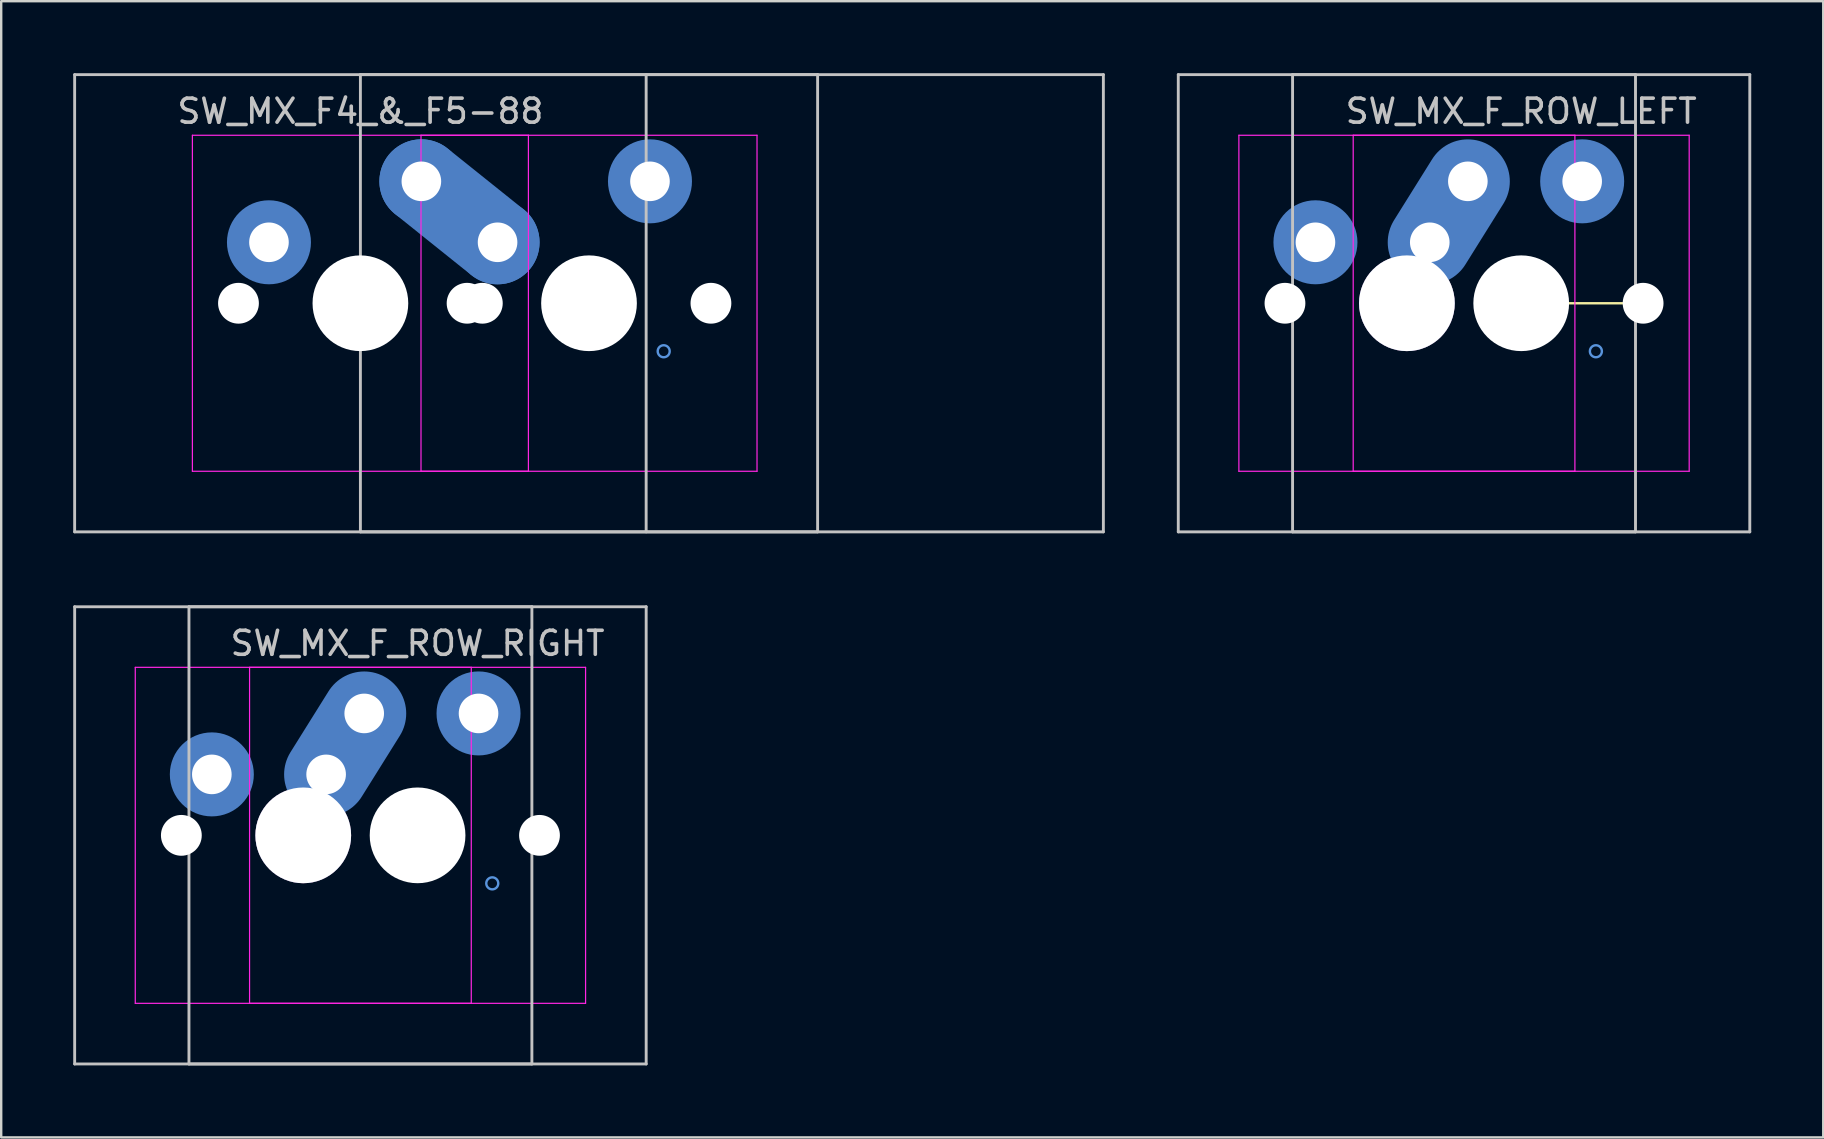
<source format=kicad_pcb>
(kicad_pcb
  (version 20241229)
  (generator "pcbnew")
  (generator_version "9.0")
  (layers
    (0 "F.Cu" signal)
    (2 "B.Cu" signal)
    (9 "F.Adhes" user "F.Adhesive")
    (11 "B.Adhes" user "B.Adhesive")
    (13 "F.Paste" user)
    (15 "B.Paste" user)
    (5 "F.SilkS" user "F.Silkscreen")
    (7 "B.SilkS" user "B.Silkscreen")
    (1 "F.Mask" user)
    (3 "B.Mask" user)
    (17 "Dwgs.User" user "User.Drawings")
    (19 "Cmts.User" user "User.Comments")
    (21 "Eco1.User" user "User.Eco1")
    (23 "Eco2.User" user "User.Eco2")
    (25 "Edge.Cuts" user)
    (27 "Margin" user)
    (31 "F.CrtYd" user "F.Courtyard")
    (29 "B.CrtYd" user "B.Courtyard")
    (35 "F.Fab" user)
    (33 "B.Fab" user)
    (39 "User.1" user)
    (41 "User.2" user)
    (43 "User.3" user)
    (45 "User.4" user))
  (footprint "SW_MX_F4_&_F5-88"
    (layer "F.Cu")
    (at 21.491 9.585)
    (property "Reference" "SW_MX_F4_&_F5-88" (at -9.525 -8 0) (layer "Dwgs.User") (effects (font (size 1 1) (thickness 0.15))))
    (attr through_hole exclude_from_pos_files exclude_from_bom)
    (fp_line (start -21.431 -9.525) (end -21.431 9.525) (stroke (width 0.12) (type solid)) (layer "Dwgs.User"))
    (fp_line (start -21.431 -9.525) (end 21.431 -9.525) (stroke (width 0.12) (type solid)) (layer "Dwgs.User"))
    (fp_line (start -21.431 9.525) (end 21.431 9.525) (stroke (width 0.12) (type solid)) (layer "Dwgs.User"))
    (fp_line (start -9.525 9.525) (end -9.525 -9.525) (stroke (width 0.12) (type solid)) (layer "Dwgs.User"))
    (fp_line (start -9.525 9.525) (end 9.525 9.525) (stroke (width 0.12) (type solid)) (layer "Dwgs.User"))
    (fp_line (start 2.381 -9.525) (end 2.381 9.525) (stroke (width 0.12) (type solid)) (layer "Dwgs.User"))
    (fp_line (start 9.525 -9.525) (end -9.525 -9.525) (stroke (width 0.12) (type solid)) (layer "Dwgs.User"))
    (fp_line (start 9.525 9.525) (end 9.525 -9.525) (stroke (width 0.12) (type solid)) (layer "Dwgs.User"))
    (fp_line (start 21.431 -9.525) (end 21.431 9.525) (stroke (width 0.12) (type solid)) (layer "Dwgs.User"))
    (fp_circle (center 3.112 2) (end 3.112 1.75) (stroke (width 0.1) (type default)) (fill no) (layer "Cmts.User"))
    (fp_line (start -16.525 6.5) (end -16.525 -6.5) (stroke (width 0.05) (type solid)) (layer "Eco2.User"))
    (fp_line (start -16.025 -7) (end -3.025 -7) (stroke (width 0.05) (type solid)) (layer "Eco2.User"))
    (fp_line (start -7 6.5) (end -7 -6.5) (stroke (width 0.05) (type solid)) (layer "Eco2.User"))
    (fp_line (start -6.5 -7) (end 6.5 -7) (stroke (width 0.05) (type solid)) (layer "Eco2.User"))
    (fp_line (start -3.025 7) (end -16.025 7) (stroke (width 0.05) (type solid)) (layer "Eco2.User"))
    (fp_line (start -2.525 -6.5) (end -2.525 6.5) (stroke (width 0.05) (type solid)) (layer "Eco2.User"))
    (fp_line (start 6.5 7) (end -6.5 7) (stroke (width 0.05) (type solid)) (layer "Eco2.User"))
    (fp_line (start 7 -6.5) (end 7 6.5) (stroke (width 0.05) (type solid)) (layer "Eco2.User"))
    (fp_arc (start -16.525 -6.5) (mid -16.378553 -6.853553) (end -16.025 -7) (stroke (width 0.05) (type solid)) (layer "Eco2.User"))
    (fp_arc (start -16.025 7) (mid -16.378553 6.853553) (end -16.525 6.5) (stroke (width 0.05) (type solid)) (layer "Eco2.User"))
    (fp_arc (start -7 -6.5) (mid -6.853562 -6.853562) (end -6.5 -7) (stroke (width 0.05) (type solid)) (layer "Eco2.User"))
    (fp_arc (start -6.5 7) (mid -6.853524 6.853524) (end -7 6.5) (stroke (width 0.05) (type solid)) (layer "Eco2.User"))
    (fp_arc (start -3.025 -7) (mid -2.671447 -6.853553) (end -2.525 -6.5) (stroke (width 0.05) (type solid)) (layer "Eco2.User"))
    (fp_arc (start -2.527764 6.498884) (mid -2.674203 6.85246) (end -3.027764 6.998884) (stroke (width 0.05) (type solid)) (layer "Eco2.User"))
    (fp_arc (start 6.5 -7) (mid 6.853524 -6.853524) (end 7 -6.5) (stroke (width 0.05) (type solid)) (layer "Eco2.User"))
    (fp_arc (start 6.997236 6.498884) (mid 6.850791 6.852425) (end 6.497236 6.998884) (stroke (width 0.05) (type solid)) (layer "Eco2.User"))
    (fp_line (start -16.525 -7) (end -16.525 7) (stroke (width 0.05) (type solid)) (layer "F.CrtYd"))
    (fp_line (start -16.525 7) (end -2.525 7) (stroke (width 0.05) (type solid)) (layer "F.CrtYd"))
    (fp_line (start -7 -7) (end -7 7) (stroke (width 0.05) (type solid)) (layer "F.CrtYd"))
    (fp_line (start -7 7) (end 7 7) (stroke (width 0.05) (type solid)) (layer "F.CrtYd"))
    (fp_line (start -2.525 -7) (end -16.525 -7) (stroke (width 0.05) (type solid)) (layer "F.CrtYd"))
    (fp_line (start -2.525 7) (end -2.525 -7) (stroke (width 0.05) (type solid)) (layer "F.CrtYd"))
    (fp_line (start 7 -7) (end -7 -7) (stroke (width 0.05) (type solid)) (layer "F.CrtYd"))
    (fp_line (start 7 7) (end 7 -7) (stroke (width 0.05) (type solid)) (layer "F.CrtYd"))
    (pad "" np_thru_hole circle (at -14.605 0) (size 1.7 1.7) (drill 1.7) (layers "*.Cu" "*.Mask"))
    (pad "" np_thru_hole circle (at -9.525 0) (size 3.988 3.988) (drill 3.988) (layers "*.Cu" "*.Mask"))
    (pad "" np_thru_hole circle (at -5.08 0) (size 1.7 1.7) (drill 1.7) (layers "*.Cu" "*.Mask"))
    (pad "" np_thru_hole circle (at -4.445 0) (size 1.7 1.7) (drill 1.7) (layers "*.Cu" "*.Mask"))
    (pad "" np_thru_hole circle (at 0 0) (size 3.988 3.988) (drill 3.988) (layers "*.Cu" "*.Mask"))
    (pad "" np_thru_hole circle (at 5.08 0) (size 1.7 1.7) (drill 1.7) (layers "*.Cu" "*.Mask"))
    (pad "1" thru_hole circle (at -13.335 -2.54) (size 2 2) (drill 1.65) (layers "*.Cu") (remove_unused_layers yes) (keep_end_layers yes) (zone_layer_connections))
    (pad "1" smd circle (at -13.335 -2.54) (size 2.5 2.5) (layers "B.Cu" "B.Mask"))
    (pad "1" smd circle (at -13.335 -2.54) (size 3.5 3.5) (layers "B.Cu"))
    (pad "1" thru_hole circle (at 2.54 -5.08) (size 2 2) (drill 1.65) (layers "*.Cu") (remove_unused_layers yes) (keep_end_layers yes) (zone_layer_connections))
    (pad "1" smd circle (at 2.54 -5.08) (size 2.5 2.5) (layers "B.Cu" "B.Mask"))
    (pad "1" smd circle (at 2.54 -5.08) (size 3.5 3.5) (layers "B.Cu"))
    (pad "2" thru_hole circle (at -6.985 -5.08) (size 2 2) (drill 1.65) (layers "*.Cu") (remove_unused_layers yes) (keep_end_layers yes) (zone_layer_connections))
    (pad "2" smd circle (at -6.985 -5.08) (size 2.5 2.5) (layers "B.Cu" "B.Mask"))
    (pad "2" smd circle (at -6.985 -5.08) (size 3.5 3.5) (layers "B.Cu"))
    (pad "2" smd oval (at -5.397 -3.81 321.3) (size 6.033 2) (layers "F.Cu"))
    (pad "2" smd oval (at -5.397 -3.81 321.3) (size 7.566 3.5) (layers "B.Cu"))
    (pad "2" thru_hole circle (at -3.81 -2.54) (size 2 2) (drill 1.65) (layers "*.Cu") (remove_unused_layers yes) (keep_end_layers yes) (zone_layer_connections))
    (pad "2" smd circle (at -3.81 -2.54) (size 2.5 2.5) (layers "B.Cu" "B.Mask"))
    (pad "2" smd circle (at -3.81 -2.54) (size 3.5 3.5) (layers "B.Cu")))
  (footprint "SW_MX_F_ROW_LEFT"
    (layer "F.Cu")
    (at 55.568 9.585)
    (property "Reference" "SW_MX_F_ROW_LEFT" (at 4.763 -8 0) (layer "Dwgs.User") (effects (font (size 1 1) (thickness 0.15))))
    (attr through_hole exclude_from_pos_files exclude_from_bom)
    (fp_line (start 6.756 0) (end 8.992 0) (stroke (width 0.1) (type default)) (layer "F.SilkS"))
    (fp_line (start -9.525 -9.525) (end -9.525 9.525) (stroke (width 0.12) (type solid)) (layer "Dwgs.User"))
    (fp_line (start -9.525 9.525) (end 9.525 9.525) (stroke (width 0.12) (type solid)) (layer "Dwgs.User"))
    (fp_line (start -4.763 -9.525) (end -4.763 9.525) (stroke (width 0.12) (type solid)) (layer "Dwgs.User"))
    (fp_line (start -4.763 9.525) (end 14.287 9.525) (stroke (width 0.12) (type solid)) (layer "Dwgs.User"))
    (fp_line (start 9.525 -9.525) (end -9.525 -9.525) (stroke (width 0.12) (type solid)) (layer "Dwgs.User"))
    (fp_line (start 9.525 9.525) (end 9.525 -9.525) (stroke (width 0.12) (type solid)) (layer "Dwgs.User"))
    (fp_line (start 14.287 -9.525) (end -4.763 -9.525) (stroke (width 0.12) (type solid)) (layer "Dwgs.User"))
    (fp_line (start 14.287 9.525) (end 14.287 -9.525) (stroke (width 0.12) (type solid)) (layer "Dwgs.User"))
    (fp_circle (center 7.874 2) (end 7.874 1.75) (stroke (width 0.1) (type default)) (fill no) (layer "Cmts.User"))
    (fp_line (start -7 6.5) (end -7 -6.5) (stroke (width 0.05) (type solid)) (layer "Eco2.User"))
    (fp_line (start -6.5 -7) (end 6.5 -7) (stroke (width 0.05) (type solid)) (layer "Eco2.User"))
    (fp_line (start -2.237 6.5) (end -2.237 -6.5) (stroke (width 0.05) (type solid)) (layer "Eco2.User"))
    (fp_line (start -1.738 -7) (end 11.262 -7) (stroke (width 0.05) (type solid)) (layer "Eco2.User"))
    (fp_line (start 6.5 7) (end -6.5 7) (stroke (width 0.05) (type solid)) (layer "Eco2.User"))
    (fp_line (start 7 -6.5) (end 7 6.5) (stroke (width 0.05) (type solid)) (layer "Eco2.User"))
    (fp_line (start 11.262 7) (end -1.738 7) (stroke (width 0.05) (type solid)) (layer "Eco2.User"))
    (fp_line (start 11.762 -6.5) (end 11.762 6.5) (stroke (width 0.05) (type solid)) (layer "Eco2.User"))
    (fp_arc (start -7 -6.5) (mid -6.853553 -6.853553) (end -6.5 -7) (stroke (width 0.05) (type solid)) (layer "Eco2.User"))
    (fp_arc (start -6.5 7) (mid -6.853553 6.853553) (end -7 6.5) (stroke (width 0.05) (type solid)) (layer "Eco2.User"))
    (fp_arc (start -2.2375 -6.5) (mid -2.091053 -6.853553) (end -1.7375 -7) (stroke (width 0.05) (type solid)) (layer "Eco2.User"))
    (fp_arc (start -1.7375 7) (mid -2.091053 6.853553) (end -2.2375 6.5) (stroke (width 0.05) (type solid)) (layer "Eco2.User"))
    (fp_arc (start 6.5 -7) (mid 6.853553 -6.853553) (end 7 -6.5) (stroke (width 0.05) (type solid)) (layer "Eco2.User"))
    (fp_arc (start 11.2625 -7) (mid 11.616053 -6.853553) (end 11.7625 -6.5) (stroke (width 0.05) (type solid)) (layer "Eco2.User"))
    (fp_arc (start 11.759736 6.498884) (mid 11.613297 6.85246) (end 11.259736 6.998884) (stroke (width 0.05) (type solid)) (layer "Eco2.User"))
    (fp_line (start -7 -7) (end -7 7) (stroke (width 0.05) (type solid)) (layer "F.CrtYd"))
    (fp_line (start -7 7) (end 7 7) (stroke (width 0.05) (type solid)) (layer "F.CrtYd"))
    (fp_line (start -2.237 -7) (end -2.237 7) (stroke (width 0.05) (type solid)) (layer "F.CrtYd"))
    (fp_line (start -2.237 7) (end 11.762 7) (stroke (width 0.05) (type solid)) (layer "F.CrtYd"))
    (fp_line (start 7 -7) (end -7 -7) (stroke (width 0.05) (type solid)) (layer "F.CrtYd"))
    (fp_line (start 7 7) (end 7 -7) (stroke (width 0.05) (type solid)) (layer "F.CrtYd"))
    (fp_line (start 11.762 -7) (end -2.237 -7) (stroke (width 0.05) (type solid)) (layer "F.CrtYd"))
    (fp_line (start 11.762 7) (end 11.762 -7) (stroke (width 0.05) (type solid)) (layer "F.CrtYd"))
    (pad "" np_thru_hole circle (at -5.08 0) (size 1.7 1.7) (drill 1.7) (layers "*.Cu" "*.Mask"))
    (pad "" np_thru_hole circle (at -0.318 0) (size 1.75 1.75) (drill 1.75) (layers "*.Cu" "*.Mask"))
    (pad "" thru_hole circle (at 0 0) (size 3.988 3.988) (drill 3.988) (layers "*.Mask"))
    (pad "" np_thru_hole circle (at 4.763 0) (size 3.988 3.988) (drill 3.988) (layers "*.Cu" "*.Mask"))
    (pad "" np_thru_hole circle (at 5.08 0) (size 1.75 1.75) (drill 1.75) (layers "*.Cu" "*.Mask"))
    (pad "" np_thru_hole circle (at 9.842 0) (size 1.7 1.7) (drill 1.7) (layers "*.Cu" "*.Mask"))
    (pad "1" thru_hole circle (at -3.81 -2.54) (size 2 2) (drill 1.65) (layers "*.Cu") (remove_unused_layers yes) (keep_end_layers yes) (zone_layer_connections))
    (pad "1" smd circle (at -3.81 -2.54) (size 2.5 2.5) (layers "B.Cu" "B.Mask"))
    (pad "1" smd circle (at -3.81 -2.54) (size 3.5 3.5) (layers "B.Cu"))
    (pad "1" thru_hole circle (at 7.303 -5.08) (size 2 2) (drill 1.65) (layers "*.Cu") (remove_unused_layers yes) (keep_end_layers yes) (zone_layer_connections))
    (pad "1" smd circle (at 7.303 -5.08 180) (size 2.5 2.5) (layers "B.Cu" "B.Mask"))
    (pad "1" smd circle (at 7.303 -5.08) (size 3.5 3.5) (layers "B.Cu"))
    (pad "2" thru_hole circle (at 0.953 -2.54) (size 2 2) (drill 1.65) (layers "*.Cu") (remove_unused_layers yes) (keep_end_layers yes) (zone_layer_connections))
    (pad "2" smd circle (at 0.953 -2.54 180) (size 2.5 2.5) (layers "B.Cu" "B.Mask"))
    (pad "2" smd oval (at 1.745 -3.808 328) (size 2 4.995) (layers "F.Cu"))
    (pad "2" smd oval (at 1.745 -3.808 328) (size 3.5 6.495) (layers "B.Cu"))
    (pad "2" thru_hole circle (at 2.54 -5.08) (size 2 2) (drill 1.65) (layers "*.Cu") (remove_unused_layers yes) (keep_end_layers yes) (zone_layer_connections))
    (pad "2" smd circle (at 2.54 -5.08) (size 2.5 2.5) (layers "B.Cu" "B.Mask")))
  (footprint "SW_MX_F_ROW_RIGHT"
    (layer "F.Cu")
    (at 14.348 31.755)
    (property "Reference" "SW_MX_F_ROW_RIGHT" (at 0 -8 0) (layer "Dwgs.User") (effects (font (size 1 1) (thickness 0.15))))
    (attr through_hole exclude_from_pos_files exclude_from_bom)
    (fp_line (start -14.287 -9.525) (end -14.287 9.525) (stroke (width 0.12) (type solid)) (layer "Dwgs.User"))
    (fp_line (start -14.287 9.525) (end 4.763 9.525) (stroke (width 0.12) (type solid)) (layer "Dwgs.User"))
    (fp_line (start -9.525 -9.525) (end -9.525 9.525) (stroke (width 0.12) (type solid)) (layer "Dwgs.User"))
    (fp_line (start -9.525 9.525) (end 9.525 9.525) (stroke (width 0.12) (type solid)) (layer "Dwgs.User"))
    (fp_line (start 4.763 -9.525) (end -14.287 -9.525) (stroke (width 0.12) (type solid)) (layer "Dwgs.User"))
    (fp_line (start 4.763 9.525) (end 4.763 -9.525) (stroke (width 0.12) (type solid)) (layer "Dwgs.User"))
    (fp_line (start 9.525 -9.525) (end -9.525 -9.525) (stroke (width 0.12) (type solid)) (layer "Dwgs.User"))
    (fp_line (start 9.525 9.525) (end 9.525 -9.525) (stroke (width 0.12) (type solid)) (layer "Dwgs.User"))
    (fp_circle (center 3.112 2) (end 3.112 1.75) (stroke (width 0.1) (type default)) (fill no) (layer "Cmts.User"))
    (fp_line (start -11.762 6.5) (end -11.762 -6.5) (stroke (width 0.05) (type solid)) (layer "Eco2.User"))
    (fp_line (start -11.262 -7) (end 1.738 -7) (stroke (width 0.05) (type solid)) (layer "Eco2.User"))
    (fp_line (start -7 6.5) (end -7 -6.5) (stroke (width 0.05) (type solid)) (layer "Eco2.User"))
    (fp_line (start -6.5 -7) (end 6.5 -7) (stroke (width 0.05) (type solid)) (layer "Eco2.User"))
    (fp_line (start 1.738 7) (end -11.262 7) (stroke (width 0.05) (type solid)) (layer "Eco2.User"))
    (fp_line (start 2.237 -6.5) (end 2.237 6.5) (stroke (width 0.05) (type solid)) (layer "Eco2.User"))
    (fp_line (start 6.5 7) (end -6.5 7) (stroke (width 0.05) (type solid)) (layer "Eco2.User"))
    (fp_line (start 7 -6.5) (end 7 6.5) (stroke (width 0.05) (type solid)) (layer "Eco2.User"))
    (fp_arc (start -11.7625 -6.5) (mid -11.616053 -6.853553) (end -11.2625 -7) (stroke (width 0.05) (type solid)) (layer "Eco2.User"))
    (fp_arc (start -11.2625 7) (mid -11.616053 6.853553) (end -11.7625 6.5) (stroke (width 0.05) (type solid)) (layer "Eco2.User"))
    (fp_arc (start -7 -6.5) (mid -6.853553 -6.853553) (end -6.5 -7) (stroke (width 0.05) (type solid)) (layer "Eco2.User"))
    (fp_arc (start -6.5 7) (mid -6.853553 6.853553) (end -7 6.5) (stroke (width 0.05) (type solid)) (layer "Eco2.User"))
    (fp_arc (start 1.7375 -7) (mid 2.091053 -6.853553) (end 2.2375 -6.5) (stroke (width 0.05) (type solid)) (layer "Eco2.User"))
    (fp_arc (start 6.5 -7) (mid 6.853553 -6.853553) (end 7 -6.5) (stroke (width 0.05) (type solid)) (layer "Eco2.User"))
    (fp_arc (start 6.997236 6.498884) (mid 6.850789 6.852437) (end 6.497236 6.998884) (stroke (width 0.05) (type solid)) (layer "Eco2.User"))
    (fp_line (start -11.762 -7) (end -11.762 7) (stroke (width 0.05) (type solid)) (layer "F.CrtYd"))
    (fp_line (start -11.762 7) (end 2.237 7) (stroke (width 0.05) (type solid)) (layer "F.CrtYd"))
    (fp_line (start -7 -7) (end -7 7) (stroke (width 0.05) (type solid)) (layer "F.CrtYd"))
    (fp_line (start -7 7) (end 7 7) (stroke (width 0.05) (type solid)) (layer "F.CrtYd"))
    (fp_line (start 2.237 -7) (end -11.762 -7) (stroke (width 0.05) (type solid)) (layer "F.CrtYd"))
    (fp_line (start 2.237 7) (end 2.237 -7) (stroke (width 0.05) (type solid)) (layer "F.CrtYd"))
    (fp_line (start 7 -7) (end -7 -7) (stroke (width 0.05) (type solid)) (layer "F.CrtYd"))
    (fp_line (start 7 7) (end 7 -7) (stroke (width 0.05) (type solid)) (layer "F.CrtYd"))
    (pad "" np_thru_hole circle (at -9.842 0) (size 1.7 1.7) (drill 1.7) (layers "*.Cu" "*.Mask"))
    (pad "" np_thru_hole circle (at -5.08 0) (size 1.75 1.75) (drill 1.75) (layers "*.Cu" "*.Mask"))
    (pad "" thru_hole circle (at -4.763 0) (size 3.988 3.988) (drill 3.988) (layers "*.Mask"))
    (pad "" np_thru_hole circle (at 0 0) (size 3.988 3.988) (drill 3.988) (layers "*.Cu" "*.Mask"))
    (pad "" np_thru_hole circle (at 0.318 0) (size 1.75 1.75) (drill 1.75) (layers "*.Cu" "*.Mask"))
    (pad "" np_thru_hole circle (at 5.08 0) (size 1.7 1.7) (drill 1.7) (layers "*.Cu" "*.Mask"))
    (pad "1" thru_hole circle (at -8.572 -2.54) (size 2 2) (drill 1.65) (layers "*.Cu") (remove_unused_layers yes) (keep_end_layers yes) (zone_layer_connections))
    (pad "1" smd circle (at -8.572 -2.54) (size 2.5 2.5) (layers "B.Cu" "B.Mask"))
    (pad "1" smd circle (at -8.572 -2.54) (size 3.5 3.5) (layers "B.Cu"))
    (pad "1" thru_hole circle (at 2.54 -5.08) (size 2 2) (drill 1.65) (layers "*.Cu") (remove_unused_layers yes) (keep_end_layers yes) (zone_layer_connections))
    (pad "1" smd circle (at 2.54 -5.08 180) (size 2.5 2.5) (layers "B.Cu" "B.Mask"))
    (pad "1" smd circle (at 2.54 -5.08) (size 3.5 3.5) (layers "B.Cu"))
    (pad "2" thru_hole circle (at -3.81 -2.54) (size 2 2) (drill 1.65) (layers "*.Cu") (remove_unused_layers yes) (keep_end_layers yes) (zone_layer_connections))
    (pad "2" smd circle (at -3.81 -2.54 180) (size 2.5 2.5) (layers "B.Cu" "B.Mask"))
    (pad "2" smd oval (at -3.017 -3.808 328) (size 2 4.995) (layers "F.Cu"))
    (pad "2" smd oval (at -3.017 -3.808 328) (size 3.5 6.495) (layers "B.Cu"))
    (pad "2" thru_hole circle (at -2.223 -5.08) (size 2 2) (drill 1.65) (layers "*.Cu") (remove_unused_layers yes) (keep_end_layers yes) (zone_layer_connections))
    (pad "2" smd circle (at -2.223 -5.08) (size 2.5 2.5) (layers "B.Cu" "B.Mask")))
  (gr_rect
    (start -3 -3)
    (end 72.915 44.34)
    (stroke (width 0.1) (type default))
    (fill no)
    (layer "Edge.Cuts")))
</source>
